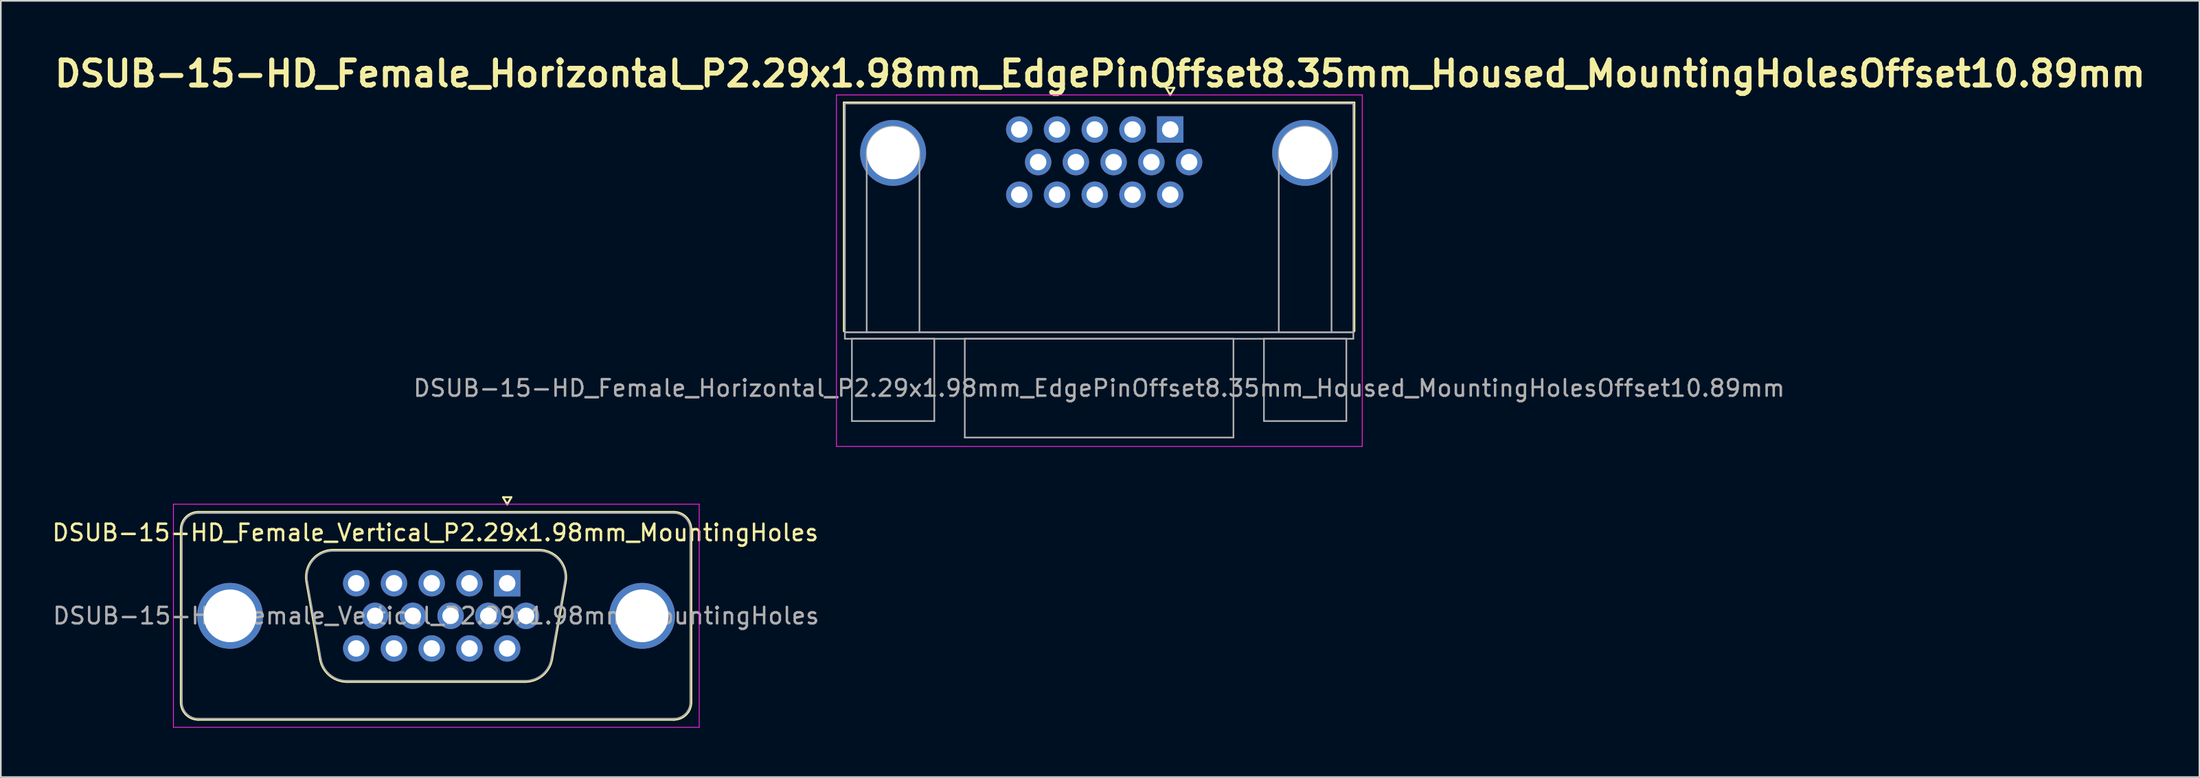
<source format=kicad_pcb>
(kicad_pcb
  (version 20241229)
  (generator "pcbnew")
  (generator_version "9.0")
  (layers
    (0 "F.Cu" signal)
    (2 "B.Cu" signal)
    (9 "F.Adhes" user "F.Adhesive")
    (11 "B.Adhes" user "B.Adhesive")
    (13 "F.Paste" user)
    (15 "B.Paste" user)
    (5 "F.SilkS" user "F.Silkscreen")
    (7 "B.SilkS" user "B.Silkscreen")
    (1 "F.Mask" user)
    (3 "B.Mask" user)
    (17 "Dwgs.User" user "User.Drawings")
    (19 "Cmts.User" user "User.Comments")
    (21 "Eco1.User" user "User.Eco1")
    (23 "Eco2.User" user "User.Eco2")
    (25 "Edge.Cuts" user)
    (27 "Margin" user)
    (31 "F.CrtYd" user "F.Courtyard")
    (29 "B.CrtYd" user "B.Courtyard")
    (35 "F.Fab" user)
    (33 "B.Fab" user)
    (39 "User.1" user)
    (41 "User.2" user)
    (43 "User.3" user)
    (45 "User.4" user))
  (footprint "DSUB-15-HD_Female_Horizontal_P2.29x1.98mm_EdgePinOffset8.35mm_Housed_MountingHolesOffset10.89mm"
    (layer "F.Cu")
    (at 67.95 4.817)
    (property "Reference" "DSUB-15-HD_Female_Horizontal_P2.29x1.98mm_EdgePinOffset8.35mm_Housed_MountingHolesOffset10.89mm" (at -4.255 -3.391 0) (unlocked yes) (layer "F.SilkS") (effects (font (size 1.524 1.524) (thickness 0.305))))
    (attr through_hole)
    (fp_line (start -19.8 -1.64) (end 11.17 -1.64) (stroke (width 0.12) (type solid)) (layer "F.SilkS"))
    (fp_line (start -19.8 12.25) (end -19.8 -1.64) (stroke (width 0.12) (type solid)) (layer "F.SilkS"))
    (fp_line (start -0.25 -2.534) (end 0.25 -2.534) (stroke (width 0.12) (type solid)) (layer "F.SilkS"))
    (fp_line (start 0 -2.101) (end -0.25 -2.534) (stroke (width 0.12) (type solid)) (layer "F.SilkS"))
    (fp_line (start 0.25 -2.534) (end 0 -2.101) (stroke (width 0.12) (type solid)) (layer "F.SilkS"))
    (fp_line (start 11.17 -1.64) (end 11.17 12.25) (stroke (width 0.12) (type solid)) (layer "F.SilkS"))
    (fp_line (start -20.25 -2.1) (end -20.25 19.25) (stroke (width 0.05) (type solid)) (layer "F.CrtYd"))
    (fp_line (start -20.25 19.25) (end 11.65 19.25) (stroke (width 0.05) (type solid)) (layer "F.CrtYd"))
    (fp_line (start 11.65 -2.1) (end -20.25 -2.1) (stroke (width 0.05) (type solid)) (layer "F.CrtYd"))
    (fp_line (start 11.65 19.25) (end 11.65 -2.1) (stroke (width 0.05) (type solid)) (layer "F.CrtYd"))
    (fp_line (start -19.74 -1.58) (end -19.74 12.31) (stroke (width 0.1) (type solid)) (layer "F.Fab"))
    (fp_line (start -19.74 12.31) (end -19.74 12.71) (stroke (width 0.1) (type solid)) (layer "F.Fab"))
    (fp_line (start -19.74 12.31) (end 11.11 12.31) (stroke (width 0.1) (type solid)) (layer "F.Fab"))
    (fp_line (start -19.74 12.71) (end 11.11 12.71) (stroke (width 0.1) (type solid)) (layer "F.Fab"))
    (fp_line (start -19.315 12.71) (end -19.315 17.71) (stroke (width 0.1) (type solid)) (layer "F.Fab"))
    (fp_line (start -19.315 17.71) (end -14.315 17.71) (stroke (width 0.1) (type solid)) (layer "F.Fab"))
    (fp_line (start -18.415 12.31) (end -18.415 1.42) (stroke (width 0.1) (type solid)) (layer "F.Fab"))
    (fp_line (start -15.215 12.31) (end -15.215 1.42) (stroke (width 0.1) (type solid)) (layer "F.Fab"))
    (fp_line (start -14.315 12.71) (end -19.315 12.71) (stroke (width 0.1) (type solid)) (layer "F.Fab"))
    (fp_line (start -14.315 17.71) (end -14.315 12.71) (stroke (width 0.1) (type solid)) (layer "F.Fab"))
    (fp_line (start -12.465 12.71) (end -12.465 18.71) (stroke (width 0.1) (type solid)) (layer "F.Fab"))
    (fp_line (start -12.465 18.71) (end 3.835 18.71) (stroke (width 0.1) (type solid)) (layer "F.Fab"))
    (fp_line (start 3.835 12.71) (end -12.465 12.71) (stroke (width 0.1) (type solid)) (layer "F.Fab"))
    (fp_line (start 3.835 18.71) (end 3.835 12.71) (stroke (width 0.1) (type solid)) (layer "F.Fab"))
    (fp_line (start 5.685 12.71) (end 5.685 17.71) (stroke (width 0.1) (type solid)) (layer "F.Fab"))
    (fp_line (start 5.685 17.71) (end 10.685 17.71) (stroke (width 0.1) (type solid)) (layer "F.Fab"))
    (fp_line (start 6.585 12.31) (end 6.585 1.42) (stroke (width 0.1) (type solid)) (layer "F.Fab"))
    (fp_line (start 9.785 12.31) (end 9.785 1.42) (stroke (width 0.1) (type solid)) (layer "F.Fab"))
    (fp_line (start 10.685 12.71) (end 5.685 12.71) (stroke (width 0.1) (type solid)) (layer "F.Fab"))
    (fp_line (start 10.685 17.71) (end 10.685 12.71) (stroke (width 0.1) (type solid)) (layer "F.Fab"))
    (fp_line (start 11.11 -1.58) (end -19.74 -1.58) (stroke (width 0.1) (type solid)) (layer "F.Fab"))
    (fp_line (start 11.11 12.31) (end -19.74 12.31) (stroke (width 0.1) (type solid)) (layer "F.Fab"))
    (fp_line (start 11.11 12.31) (end 11.11 -1.58) (stroke (width 0.1) (type solid)) (layer "F.Fab"))
    (fp_line (start 11.11 12.71) (end 11.11 12.31) (stroke (width 0.1) (type solid)) (layer "F.Fab"))
    (fp_arc (start -18.415 1.42) (mid -16.815 -0.18) (end -15.215 1.42) (stroke (width 0.1) (type solid)) (layer "F.Fab"))
    (fp_arc (start 6.585 1.42) (mid 8.185 -0.18) (end 9.785 1.42) (stroke (width 0.1) (type solid)) (layer "F.Fab"))
    (fp_text user "${REFERENCE}" (at -4.315 15.71 0) (layer "F.Fab") (effects (font (size 1 1) (thickness 0.15))))
    (pad "0" thru_hole circle (at -16.815 1.42) (size 4 4) (drill 3.2) (layers "*.Cu" "*.Mask"))
    (pad "0" thru_hole circle (at 8.185 1.42) (size 4 4) (drill 3.2) (layers "*.Cu" "*.Mask"))
    (pad "1" thru_hole rect (at 0 0) (size 1.6 1.6) (drill 1) (layers "*.Cu" "*.Mask"))
    (pad "2" thru_hole circle (at -2.29 0) (size 1.6 1.6) (drill 1) (layers "*.Cu" "*.Mask"))
    (pad "3" thru_hole circle (at -4.58 0) (size 1.6 1.6) (drill 1) (layers "*.Cu" "*.Mask"))
    (pad "4" thru_hole circle (at -6.87 0) (size 1.6 1.6) (drill 1) (layers "*.Cu" "*.Mask"))
    (pad "5" thru_hole circle (at -9.16 0) (size 1.6 1.6) (drill 1) (layers "*.Cu" "*.Mask"))
    (pad "6" thru_hole circle (at 1.145 1.98) (size 1.6 1.6) (drill 1) (layers "*.Cu" "*.Mask"))
    (pad "7" thru_hole circle (at -1.145 1.98) (size 1.6 1.6) (drill 1) (layers "*.Cu" "*.Mask"))
    (pad "8" thru_hole circle (at -3.435 1.98) (size 1.6 1.6) (drill 1) (layers "*.Cu" "*.Mask"))
    (pad "9" thru_hole circle (at -5.725 1.98) (size 1.6 1.6) (drill 1) (layers "*.Cu" "*.Mask"))
    (pad "10" thru_hole circle (at -8.015 1.98) (size 1.6 1.6) (drill 1) (layers "*.Cu" "*.Mask"))
    (pad "11" thru_hole circle (at 0 3.96) (size 1.6 1.6) (drill 1) (layers "*.Cu" "*.Mask"))
    (pad "12" thru_hole circle (at -2.29 3.96) (size 1.6 1.6) (drill 1) (layers "*.Cu" "*.Mask"))
    (pad "13" thru_hole circle (at -4.58 3.96) (size 1.6 1.6) (drill 1) (layers "*.Cu" "*.Mask"))
    (pad "14" thru_hole circle (at -6.87 3.96) (size 1.6 1.6) (drill 1) (layers "*.Cu" "*.Mask"))
    (pad "15" thru_hole circle (at -9.16 3.96) (size 1.6 1.6) (drill 1) (layers "*.Cu" "*.Mask")))
  (footprint "DSUB-15-HD_Female_Vertical_P2.29x1.98mm_MountingHoles"
    (layer "F.Cu")
    (at 27.722 32.377)
    (property "Reference" "DSUB-15-HD_Female_Vertical_P2.29x1.98mm_MountingHoles" (at -4.359 -3.071 0) (layer "F.SilkS") (effects (font (size 1 1) (thickness 0.15))))
    (attr through_hole)
    (fp_line (start -19.8 7.23) (end -19.8 -3.27) (stroke (width 0.12) (type solid)) (layer "F.SilkS"))
    (fp_line (start -18.74 -4.33) (end 10.11 -4.33) (stroke (width 0.12) (type solid)) (layer "F.SilkS"))
    (fp_line (start -12.181 -0.082) (end -11.353 4.618) (stroke (width 0.12) (type solid)) (layer "F.SilkS"))
    (fp_line (start -10.547 -2.03) (end 1.917 -2.03) (stroke (width 0.12) (type solid)) (layer "F.SilkS"))
    (fp_line (start -9.718 5.99) (end 1.088 5.99) (stroke (width 0.12) (type solid)) (layer "F.SilkS"))
    (fp_line (start -0.25 -5.224) (end 0.25 -5.224) (stroke (width 0.12) (type solid)) (layer "F.SilkS"))
    (fp_line (start 0 -4.791) (end -0.25 -5.224) (stroke (width 0.12) (type solid)) (layer "F.SilkS"))
    (fp_line (start 0.25 -5.224) (end 0 -4.791) (stroke (width 0.12) (type solid)) (layer "F.SilkS"))
    (fp_line (start 3.551 -0.082) (end 2.723 4.618) (stroke (width 0.12) (type solid)) (layer "F.SilkS"))
    (fp_line (start 10.11 8.29) (end -18.74 8.29) (stroke (width 0.12) (type solid)) (layer "F.SilkS"))
    (fp_line (start 11.17 -3.27) (end 11.17 7.23) (stroke (width 0.12) (type solid)) (layer "F.SilkS"))
    (fp_arc (start -19.8 -3.27) (mid -19.489533 -4.019533) (end -18.74 -4.33) (stroke (width 0.12) (type solid)) (layer "F.SilkS"))
    (fp_arc (start -18.74 8.29) (mid -19.489533 7.979533) (end -19.8 7.23) (stroke (width 0.12) (type solid)) (layer "F.SilkS"))
    (fp_arc (start -12.18147 -0.081744) (mid -11.818323 -1.437028) (end -10.546689 -2.03) (stroke (width 0.12) (type solid)) (layer "F.SilkS"))
    (fp_arc (start -9.717952 5.99) (mid -10.784979 5.601634) (end -11.352733 4.618256) (stroke (width 0.12) (type solid)) (layer "F.SilkS"))
    (fp_arc (start 1.916689 -2.03) (mid 3.188323 -1.437027) (end 3.55147 -0.081744) (stroke (width 0.12) (type solid)) (layer "F.SilkS"))
    (fp_arc (start 2.722733 4.618256) (mid 2.15498 5.601634) (end 1.087952 5.99) (stroke (width 0.12) (type solid)) (layer "F.SilkS"))
    (fp_arc (start 10.11 -4.33) (mid 10.859533 -4.019533) (end 11.17 -3.27) (stroke (width 0.12) (type solid)) (layer "F.SilkS"))
    (fp_arc (start 11.17 7.23) (mid 10.859533 7.979533) (end 10.11 8.29) (stroke (width 0.12) (type solid)) (layer "F.SilkS"))
    (fp_line (start -20.25 -4.8) (end -20.25 8.75) (stroke (width 0.05) (type solid)) (layer "F.CrtYd"))
    (fp_line (start -20.25 8.75) (end 11.65 8.75) (stroke (width 0.05) (type solid)) (layer "F.CrtYd"))
    (fp_line (start 11.65 -4.8) (end -20.25 -4.8) (stroke (width 0.05) (type solid)) (layer "F.CrtYd"))
    (fp_line (start 11.65 8.75) (end 11.65 -4.8) (stroke (width 0.05) (type solid)) (layer "F.CrtYd"))
    (fp_line (start -19.74 7.23) (end -19.74 -3.27) (stroke (width 0.1) (type solid)) (layer "F.Fab"))
    (fp_line (start -18.74 -4.27) (end 10.11 -4.27) (stroke (width 0.1) (type solid)) (layer "F.Fab"))
    (fp_line (start -12.134 -0.092) (end -11.305 4.608) (stroke (width 0.1) (type solid)) (layer "F.Fab"))
    (fp_line (start -10.558 -1.97) (end 1.928 -1.97) (stroke (width 0.1) (type solid)) (layer "F.Fab"))
    (fp_line (start -9.729 5.93) (end 1.099 5.93) (stroke (width 0.1) (type solid)) (layer "F.Fab"))
    (fp_line (start 3.504 -0.092) (end 2.675 4.608) (stroke (width 0.1) (type solid)) (layer "F.Fab"))
    (fp_line (start 10.11 8.23) (end -18.74 8.23) (stroke (width 0.1) (type solid)) (layer "F.Fab"))
    (fp_line (start 11.11 -3.27) (end 11.11 7.23) (stroke (width 0.1) (type solid)) (layer "F.Fab"))
    (fp_arc (start -19.74 -3.27) (mid -19.447107 -3.977107) (end -18.74 -4.27) (stroke (width 0.1) (type solid)) (layer "F.Fab"))
    (fp_arc (start -18.74 8.23) (mid -19.447107 7.937107) (end -19.74 7.23) (stroke (width 0.1) (type solid)) (layer "F.Fab"))
    (fp_arc (start -12.133886 -0.092163) (mid -11.783865 -1.39846) (end -10.558194 -1.97) (stroke (width 0.1) (type solid)) (layer "F.Fab"))
    (fp_arc (start -9.729457 5.93) (mid -10.757917 5.555671) (end -11.305149 4.607837) (stroke (width 0.1) (type solid)) (layer "F.Fab"))
    (fp_arc (start 1.928194 -1.97) (mid 3.153865 -1.39846) (end 3.503886 -0.092163) (stroke (width 0.1) (type solid)) (layer "F.Fab"))
    (fp_arc (start 2.675149 4.607837) (mid 2.127917 5.555671) (end 1.099457 5.93) (stroke (width 0.1) (type solid)) (layer "F.Fab"))
    (fp_arc (start 10.11 -4.27) (mid 10.817107 -3.977107) (end 11.11 -3.27) (stroke (width 0.1) (type solid)) (layer "F.Fab"))
    (fp_arc (start 11.11 7.23) (mid 10.817107 7.937107) (end 10.11 8.23) (stroke (width 0.1) (type solid)) (layer "F.Fab"))
    (fp_text user "${REFERENCE}" (at -4.315 1.98 0) (layer "F.Fab") (effects (font (size 1 1) (thickness 0.15))))
    (pad "0" thru_hole circle (at -16.815 1.98) (size 4 4) (drill 3.2) (layers "*.Cu" "*.Mask"))
    (pad "0" thru_hole circle (at 8.185 1.98) (size 4 4) (drill 3.2) (layers "*.Cu" "*.Mask"))
    (pad "1" thru_hole rect (at 0 0) (size 1.6 1.6) (drill 1) (layers "*.Cu" "*.Mask"))
    (pad "2" thru_hole circle (at -2.29 0) (size 1.6 1.6) (drill 1) (layers "*.Cu" "*.Mask"))
    (pad "3" thru_hole circle (at -4.58 0) (size 1.6 1.6) (drill 1) (layers "*.Cu" "*.Mask"))
    (pad "4" thru_hole circle (at -6.87 0) (size 1.6 1.6) (drill 1) (layers "*.Cu" "*.Mask"))
    (pad "5" thru_hole circle (at -9.16 0) (size 1.6 1.6) (drill 1) (layers "*.Cu" "*.Mask"))
    (pad "6" thru_hole circle (at 1.145 1.98) (size 1.6 1.6) (drill 1) (layers "*.Cu" "*.Mask"))
    (pad "7" thru_hole circle (at -1.145 1.98) (size 1.6 1.6) (drill 1) (layers "*.Cu" "*.Mask"))
    (pad "8" thru_hole circle (at -3.435 1.98) (size 1.6 1.6) (drill 1) (layers "*.Cu" "*.Mask"))
    (pad "9" thru_hole circle (at -5.725 1.98) (size 1.6 1.6) (drill 1) (layers "*.Cu" "*.Mask"))
    (pad "10" thru_hole circle (at -8.015 1.98) (size 1.6 1.6) (drill 1) (layers "*.Cu" "*.Mask"))
    (pad "11" thru_hole circle (at 0 3.96) (size 1.6 1.6) (drill 1) (layers "*.Cu" "*.Mask"))
    (pad "12" thru_hole circle (at -2.29 3.96) (size 1.6 1.6) (drill 1) (layers "*.Cu" "*.Mask"))
    (pad "13" thru_hole circle (at -4.58 3.96) (size 1.6 1.6) (drill 1) (layers "*.Cu" "*.Mask"))
    (pad "14" thru_hole circle (at -6.87 3.96) (size 1.6 1.6) (drill 1) (layers "*.Cu" "*.Mask"))
    (pad "15" thru_hole circle (at -9.16 3.96) (size 1.6 1.6) (drill 1) (layers "*.Cu" "*.Mask")))
  (gr_rect
    (start -3 -3)
    (end 130.392 44.152)
    (stroke (width 0.1) (type default))
    (fill no)
    (layer "Edge.Cuts")))
</source>
